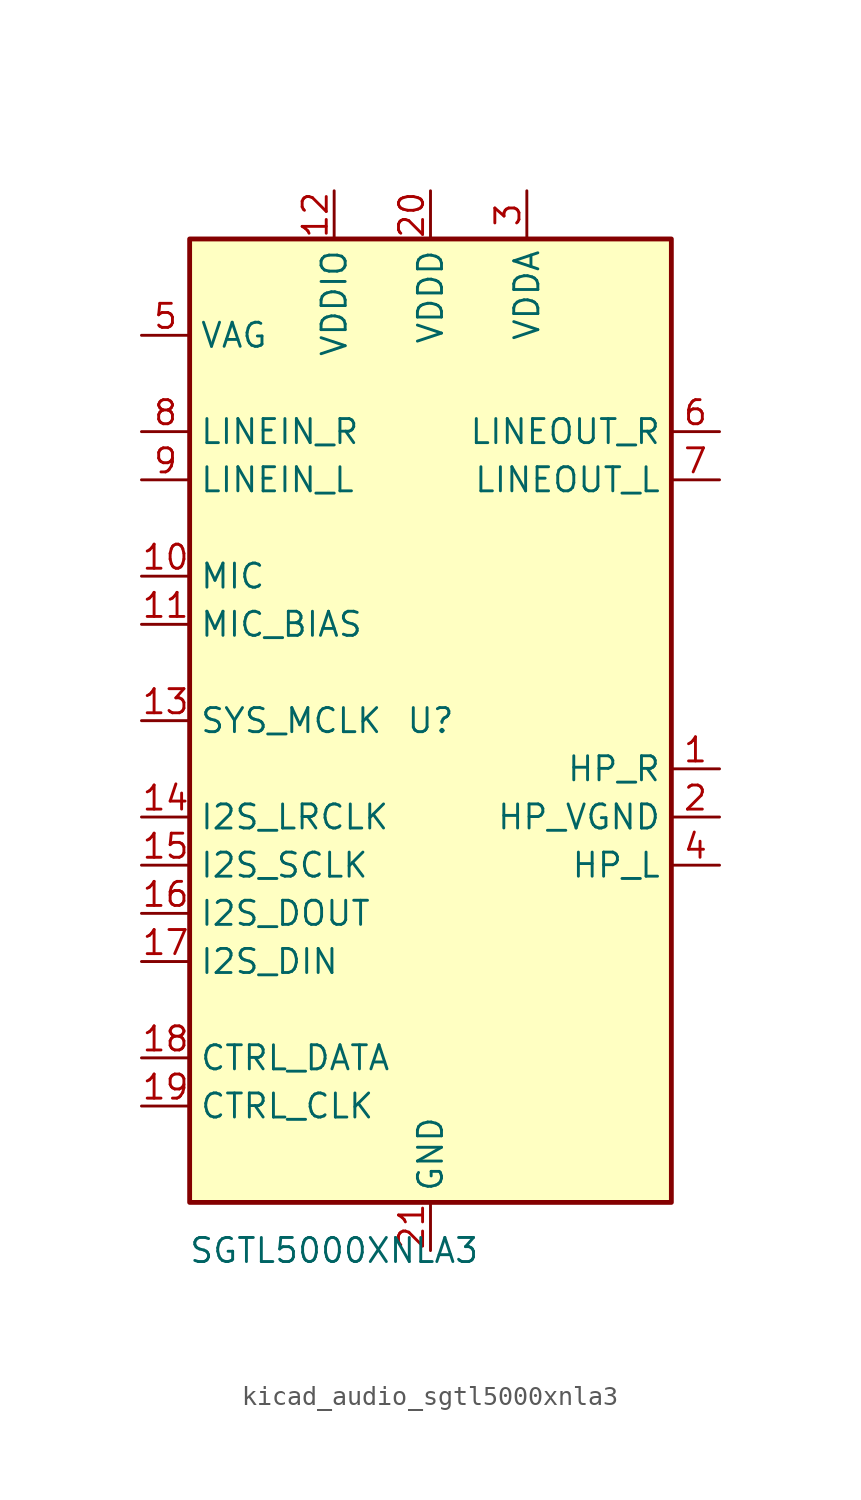
<source format=kicad_sym>
(kicad_symbol_lib
  (version 20220914)
  (generator kicad_symbol_editor)
  (symbol "kicad_audio_sgtl5000xnla3"
    (property "Reference" "U"
      (at 0 0 0)
      (effects (font (size 1.27 1.27))))
    (property "Value" "SGTL5000XNLA3"
      (at -5.08 -27.94 0)
      (effects (font (size 1.27 1.27))))
    (symbol "kicad_audio_sgtl5000xnla3_0_1"
      (rectangle (start -12.7 25.4) (end 12.7 -25.4) (stroke (width 0.254) (type default)) (fill (type background))))
    (symbol "kicad_audio_sgtl5000xnla3_1_1"
      (pin output line (at 15.24 -2.54 180) (length 2.54) (name "HP_R" (effects (font (size 1.27 1.27)))) (number "1" (effects (font (size 1.27 1.27)))))
      (pin input line (at -15.24 7.62 0) (length 2.54) (name "MIC" (effects (font (size 1.27 1.27)))) (number "10" (effects (font (size 1.27 1.27)))))
      (pin input line (at -15.24 5.08 0) (length 2.54) (name "MIC_BIAS" (effects (font (size 1.27 1.27)))) (number "11" (effects (font (size 1.27 1.27)))))
      (pin power_in line (at -5.08 27.94 270) (length 2.54) (name "VDDIO" (effects (font (size 1.27 1.27)))) (number "12" (effects (font (size 1.27 1.27)))))
      (pin input line (at -15.24 0 0) (length 2.54) (name "SYS_MCLK" (effects (font (size 1.27 1.27)))) (number "13" (effects (font (size 1.27 1.27)))))
      (pin input line (at -15.24 -5.08 0) (length 2.54) (name "I2S_LRCLK" (effects (font (size 1.27 1.27)))) (number "14" (effects (font (size 1.27 1.27)))))
      (pin input line (at -15.24 -7.62 0) (length 2.54) (name "I2S_SCLK" (effects (font (size 1.27 1.27)))) (number "15" (effects (font (size 1.27 1.27)))))
      (pin output line (at -15.24 -10.16 0) (length 2.54) (name "I2S_DOUT" (effects (font (size 1.27 1.27)))) (number "16" (effects (font (size 1.27 1.27)))))
      (pin input line (at -15.24 -12.7 0) (length 2.54) (name "I2S_DIN" (effects (font (size 1.27 1.27)))) (number "17" (effects (font (size 1.27 1.27)))))
      (pin input line (at -15.24 -17.78 0) (length 2.54) (name "CTRL_DATA" (effects (font (size 1.27 1.27)))) (number "18" (effects (font (size 1.27 1.27)))))
      (pin input line (at -15.24 -20.32 0) (length 2.54) (name "CTRL_CLK" (effects (font (size 1.27 1.27)))) (number "19" (effects (font (size 1.27 1.27)))))
      (pin power_out line (at 15.24 -5.08 180) (length 2.54) (name "HP_VGND" (effects (font (size 1.27 1.27)))) (number "2" (effects (font (size 1.27 1.27)))))
      (pin power_in line (at 0 27.94 270) (length 2.54) (name "VDDD" (effects (font (size 1.27 1.27)))) (number "20" (effects (font (size 1.27 1.27)))))
      (pin power_in line (at 0 -27.94 90) (length 2.54) (name "GND" (effects (font (size 1.27 1.27)))) (number "21" (effects (font (size 1.27 1.27)))))
      (pin power_in line (at 5.08 27.94 270) (length 2.54) (name "VDDA" (effects (font (size 1.27 1.27)))) (number "3" (effects (font (size 1.27 1.27)))))
      (pin output line (at 15.24 -7.62 180) (length 2.54) (name "HP_L" (effects (font (size 1.27 1.27)))) (number "4" (effects (font (size 1.27 1.27)))))
      (pin passive line (at -15.24 20.32 0) (length 2.54) (name "VAG" (effects (font (size 1.27 1.27)))) (number "5" (effects (font (size 1.27 1.27)))))
      (pin output line (at 15.24 15.24 180) (length 2.54) (name "LINEOUT_R" (effects (font (size 1.27 1.27)))) (number "6" (effects (font (size 1.27 1.27)))))
      (pin output line (at 15.24 12.7 180) (length 2.54) (name "LINEOUT_L" (effects (font (size 1.27 1.27)))) (number "7" (effects (font (size 1.27 1.27)))))
      (pin input line (at -15.24 15.24 0) (length 2.54) (name "LINEIN_R" (effects (font (size 1.27 1.27)))) (number "8" (effects (font (size 1.27 1.27)))))
      (pin input line (at -15.24 12.7 0) (length 2.54) (name "LINEIN_L" (effects (font (size 1.27 1.27)))) (number "9" (effects (font (size 1.27 1.27))))))))
</source>
